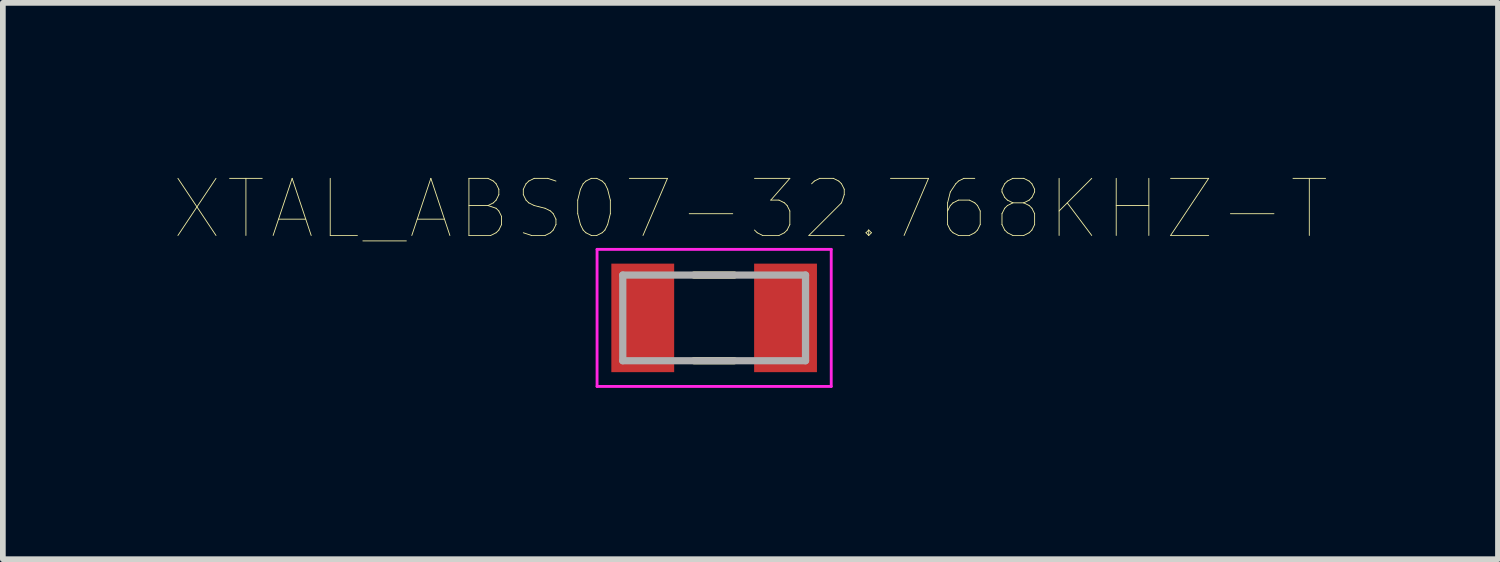
<source format=kicad_pcb>
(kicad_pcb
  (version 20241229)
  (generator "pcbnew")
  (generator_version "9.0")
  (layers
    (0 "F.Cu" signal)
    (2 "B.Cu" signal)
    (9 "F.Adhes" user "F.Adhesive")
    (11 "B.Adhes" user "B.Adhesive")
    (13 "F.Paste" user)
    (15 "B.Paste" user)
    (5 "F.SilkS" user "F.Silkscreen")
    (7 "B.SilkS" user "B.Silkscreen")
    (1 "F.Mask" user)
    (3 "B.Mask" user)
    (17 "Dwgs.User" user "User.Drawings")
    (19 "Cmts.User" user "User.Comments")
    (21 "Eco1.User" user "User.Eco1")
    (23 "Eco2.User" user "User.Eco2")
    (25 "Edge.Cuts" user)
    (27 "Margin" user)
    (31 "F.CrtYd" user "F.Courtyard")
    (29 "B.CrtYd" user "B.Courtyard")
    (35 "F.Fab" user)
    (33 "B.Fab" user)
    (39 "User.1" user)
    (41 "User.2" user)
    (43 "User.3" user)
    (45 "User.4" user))
  (footprint "XTAL_ABS07-32.768KHZ-T"
    (layer "F.Cu")
    (at 9.454 2.516)
    (property "Reference" "XTAL_ABS07-32.768KHZ-T" (at 0.635 -1.905 0) (layer "F.SilkS") (effects (font (size 1 1) (thickness 0.015))))
    (attr through_hole)
    (fp_line (start -0.35 -0.75) (end 0.35 -0.75) (stroke (width 0.127) (type solid)) (layer "F.SilkS"))
    (fp_line (start -0.35 0.75) (end 0.35 0.75) (stroke (width 0.127) (type solid)) (layer "F.SilkS"))
    (fp_line (start -2.05 -1.2) (end 2.05 -1.2) (stroke (width 0.05) (type solid)) (layer "F.CrtYd"))
    (fp_line (start -2.05 1.2) (end -2.05 -1.2) (stroke (width 0.05) (type solid)) (layer "F.CrtYd"))
    (fp_line (start 2.05 -1.2) (end 2.05 1.2) (stroke (width 0.05) (type solid)) (layer "F.CrtYd"))
    (fp_line (start 2.05 1.2) (end -2.05 1.2) (stroke (width 0.05) (type solid)) (layer "F.CrtYd"))
    (fp_line (start -1.6 -0.75) (end 1.6 -0.75) (stroke (width 0.127) (type solid)) (layer "F.Fab"))
    (fp_line (start -1.6 0.75) (end -1.6 -0.75) (stroke (width 0.127) (type solid)) (layer "F.Fab"))
    (fp_line (start 1.6 -0.75) (end 1.6 0.75) (stroke (width 0.127) (type solid)) (layer "F.Fab"))
    (fp_line (start 1.6 0.75) (end -1.6 0.75) (stroke (width 0.127) (type solid)) (layer "F.Fab"))
    (pad "1" smd rect (at -1.25 0) (size 1.1 1.9) (layers "F.Cu" "F.Mask" "F.Paste"))
    (pad "2" smd rect (at 1.25 0) (size 1.1 1.9) (layers "F.Cu" "F.Mask" "F.Paste")))
  (gr_rect
    (start -3 -3)
    (end 23.178 6.741)
    (stroke (width 0.1) (type default))
    (fill no)
    (layer "Edge.Cuts")))
</source>
